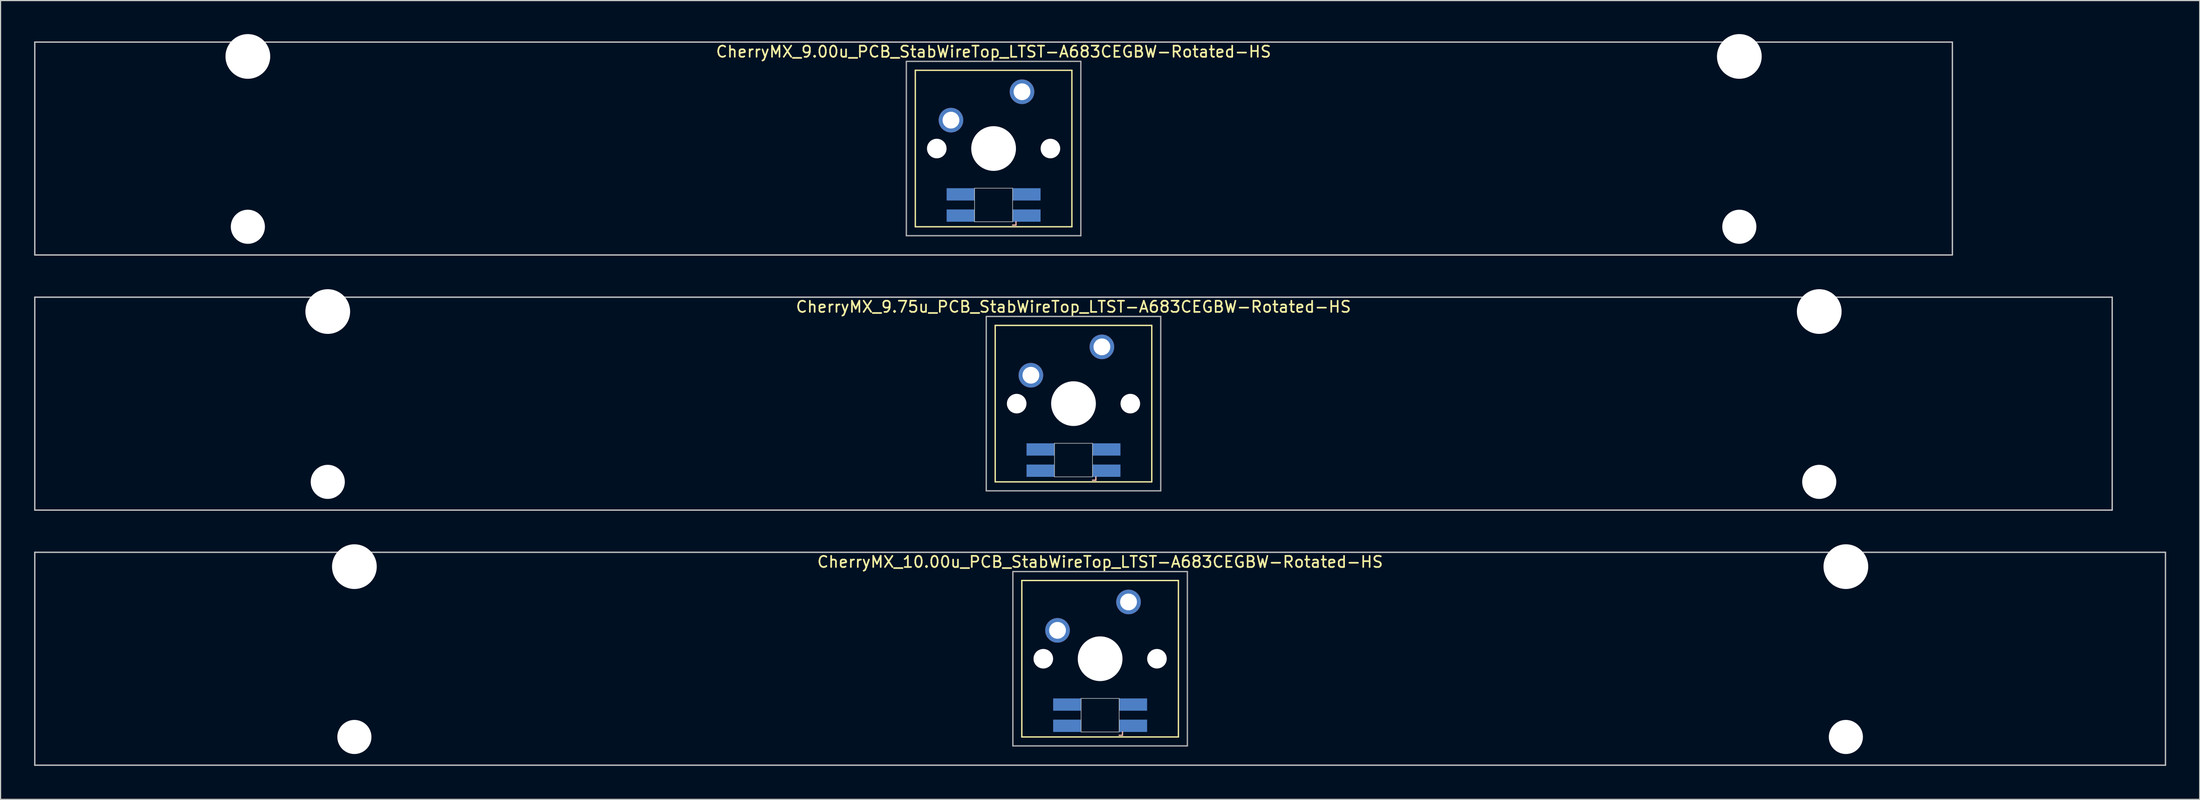
<source format=kicad_pcb>
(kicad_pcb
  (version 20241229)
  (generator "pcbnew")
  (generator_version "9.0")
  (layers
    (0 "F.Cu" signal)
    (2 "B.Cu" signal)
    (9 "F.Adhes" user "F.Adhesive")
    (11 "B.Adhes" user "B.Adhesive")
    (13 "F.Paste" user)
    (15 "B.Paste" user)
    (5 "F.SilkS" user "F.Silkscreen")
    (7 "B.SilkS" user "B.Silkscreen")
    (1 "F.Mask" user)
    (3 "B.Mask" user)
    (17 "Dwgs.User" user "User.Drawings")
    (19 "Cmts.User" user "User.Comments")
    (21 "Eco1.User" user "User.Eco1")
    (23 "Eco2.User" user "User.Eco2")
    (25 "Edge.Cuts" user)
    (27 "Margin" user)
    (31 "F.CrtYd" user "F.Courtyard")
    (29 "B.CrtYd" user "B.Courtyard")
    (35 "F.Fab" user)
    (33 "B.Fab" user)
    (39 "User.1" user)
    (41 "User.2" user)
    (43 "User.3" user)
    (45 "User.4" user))
  (footprint "CherryMX_10.00u_PCB_StabWireTop_LTST-A683CEGBW-Rotated-HS"
    (layer "F.Cu")
    (at 95.31 55.89)
    (property "Reference" "CherryMX_10.00u_PCB_StabWireTop_LTST-A683CEGBW-Rotated-HS" (at 0 -8.662 0) (layer "F.SilkS") (effects (font (size 1 1) (thickness 0.15))))
    (attr through_hole)
    (fp_line (start -7 -7) (end -7 7) (stroke (width 0.12) (type solid)) (layer "F.SilkS"))
    (fp_line (start -7 -7) (end 7 -7) (stroke (width 0.12) (type solid)) (layer "F.SilkS"))
    (fp_line (start 7 -7) (end 7 7) (stroke (width 0.12) (type solid)) (layer "F.SilkS"))
    (fp_line (start 7 7) (end -7 7) (stroke (width 0.12) (type solid)) (layer "F.SilkS"))
    (fp_line (start 1.7 6.85) (end 2 6.85) (stroke (width 0.12) (type solid)) (layer "B.SilkS"))
    (fp_line (start 2 6.85) (end 2 6.55) (stroke (width 0.12) (type solid)) (layer "B.SilkS"))
    (fp_line (start -95.25 -9.525) (end 95.25 -9.525) (stroke (width 0.12) (type solid)) (layer "Dwgs.User"))
    (fp_line (start -95.25 9.525) (end -95.25 -9.525) (stroke (width 0.12) (type solid)) (layer "Dwgs.User"))
    (fp_line (start 95.25 -9.525) (end 95.25 9.525) (stroke (width 0.12) (type solid)) (layer "Dwgs.User"))
    (fp_line (start 95.25 9.525) (end -95.25 9.525) (stroke (width 0.12) (type solid)) (layer "Dwgs.User"))
    (fp_line (start -1.7 3.55) (end 1.7 3.55) (stroke (width 0.05) (type solid)) (layer "Edge.Cuts"))
    (fp_line (start -1.7 6.55) (end -1.7 3.55) (stroke (width 0.05) (type solid)) (layer "Edge.Cuts"))
    (fp_line (start 1.7 3.55) (end 1.7 6.55) (stroke (width 0.05) (type solid)) (layer "Edge.Cuts"))
    (fp_line (start 1.7 6.55) (end -1.7 6.55) (stroke (width 0.05) (type solid)) (layer "Edge.Cuts"))
    (fp_line (start -7.8 -7.8) (end -7.8 7.8) (stroke (width 0.12) (type solid)) (layer "F.Fab"))
    (fp_line (start -7.8 -7.8) (end 7.8 -7.8) (stroke (width 0.12) (type solid)) (layer "F.Fab"))
    (fp_line (start -7.8 7.8) (end 7.8 7.8) (stroke (width 0.12) (type solid)) (layer "F.Fab"))
    (fp_line (start 7.8 -7.8) (end 7.8 7.8) (stroke (width 0.12) (type solid)) (layer "F.Fab"))
    (pad "" np_thru_hole circle (at -66.675 -8.24) (size 4 4) (drill 4) (layers "*.Cu" "*.Mask"))
    (pad "" np_thru_hole circle (at -66.675 7) (size 3.05 3.05) (drill 3.05) (layers "*.Cu" "*.Mask"))
    (pad "" np_thru_hole circle (at -5.08 0) (size 1.75 1.75) (drill 1.75) (layers "*.Cu" "*.Mask"))
    (pad "" np_thru_hole circle (at 0 0) (size 4 4) (drill 4) (layers "*.Cu" "*.Mask"))
    (pad "" np_thru_hole circle (at 5.08 0) (size 1.75 1.75) (drill 1.75) (layers "*.Cu" "*.Mask"))
    (pad "" np_thru_hole circle (at 66.675 -8.24) (size 4 4) (drill 4) (layers "*.Cu" "*.Mask"))
    (pad "" np_thru_hole circle (at 66.675 7) (size 3.05 3.05) (drill 3.05) (layers "*.Cu" "*.Mask"))
    (pad "1" thru_hole circle (at -3.81 -2.54) (size 2.2 2.2) (drill 1.5) (layers "*.Cu" "*.Mask"))
    (pad "2" thru_hole circle (at 2.54 -5.08) (size 2.2 2.2) (drill 1.5) (layers "*.Cu" "*.Mask"))
    (pad "3" smd rect (at 2.95 6) (size 2.5 1.1) (layers "B.Cu" "B.Mask" "B.Paste"))
    (pad "4" smd rect (at 2.95 4.1) (size 2.5 1.1) (layers "B.Cu" "B.Mask" "B.Paste"))
    (pad "5" smd rect (at -2.95 6) (size 2.5 1.1) (layers "B.Cu" "B.Mask" "B.Paste"))
    (pad "6" smd rect (at -2.95 4.1) (size 2.5 1.1) (layers "B.Cu" "B.Mask" "B.Paste")))
  (footprint "CherryMX_9.75u_PCB_StabWireTop_LTST-A683CEGBW-Rotated-HS"
    (layer "F.Cu")
    (at 92.929 33.065)
    (property "Reference" "CherryMX_9.75u_PCB_StabWireTop_LTST-A683CEGBW-Rotated-HS" (at 0 -8.662 0) (layer "F.SilkS") (effects (font (size 1 1) (thickness 0.15))))
    (attr through_hole)
    (fp_line (start -7 -7) (end -7 7) (stroke (width 0.12) (type solid)) (layer "F.SilkS"))
    (fp_line (start -7 -7) (end 7 -7) (stroke (width 0.12) (type solid)) (layer "F.SilkS"))
    (fp_line (start 7 -7) (end 7 7) (stroke (width 0.12) (type solid)) (layer "F.SilkS"))
    (fp_line (start 7 7) (end -7 7) (stroke (width 0.12) (type solid)) (layer "F.SilkS"))
    (fp_line (start 1.7 6.85) (end 2 6.85) (stroke (width 0.12) (type solid)) (layer "B.SilkS"))
    (fp_line (start 2 6.85) (end 2 6.55) (stroke (width 0.12) (type solid)) (layer "B.SilkS"))
    (fp_line (start -92.869 -9.525) (end 92.869 -9.525) (stroke (width 0.12) (type solid)) (layer "Dwgs.User"))
    (fp_line (start -92.869 9.525) (end -92.869 -9.525) (stroke (width 0.12) (type solid)) (layer "Dwgs.User"))
    (fp_line (start 92.869 -9.525) (end 92.869 9.525) (stroke (width 0.12) (type solid)) (layer "Dwgs.User"))
    (fp_line (start 92.869 9.525) (end -92.869 9.525) (stroke (width 0.12) (type solid)) (layer "Dwgs.User"))
    (fp_line (start -1.7 3.55) (end 1.7 3.55) (stroke (width 0.05) (type solid)) (layer "Edge.Cuts"))
    (fp_line (start -1.7 6.55) (end -1.7 3.55) (stroke (width 0.05) (type solid)) (layer "Edge.Cuts"))
    (fp_line (start 1.7 3.55) (end 1.7 6.55) (stroke (width 0.05) (type solid)) (layer "Edge.Cuts"))
    (fp_line (start 1.7 6.55) (end -1.7 6.55) (stroke (width 0.05) (type solid)) (layer "Edge.Cuts"))
    (fp_line (start -7.8 -7.8) (end -7.8 7.8) (stroke (width 0.12) (type solid)) (layer "F.Fab"))
    (fp_line (start -7.8 -7.8) (end 7.8 -7.8) (stroke (width 0.12) (type solid)) (layer "F.Fab"))
    (fp_line (start -7.8 7.8) (end 7.8 7.8) (stroke (width 0.12) (type solid)) (layer "F.Fab"))
    (fp_line (start 7.8 -7.8) (end 7.8 7.8) (stroke (width 0.12) (type solid)) (layer "F.Fab"))
    (pad "" np_thru_hole circle (at -66.675 -8.24) (size 4 4) (drill 4) (layers "*.Cu" "*.Mask"))
    (pad "" np_thru_hole circle (at -66.675 7) (size 3.05 3.05) (drill 3.05) (layers "*.Cu" "*.Mask"))
    (pad "" np_thru_hole circle (at -5.08 0) (size 1.75 1.75) (drill 1.75) (layers "*.Cu" "*.Mask"))
    (pad "" np_thru_hole circle (at 0 0) (size 4 4) (drill 4) (layers "*.Cu" "*.Mask"))
    (pad "" np_thru_hole circle (at 5.08 0) (size 1.75 1.75) (drill 1.75) (layers "*.Cu" "*.Mask"))
    (pad "" np_thru_hole circle (at 66.675 -8.24) (size 4 4) (drill 4) (layers "*.Cu" "*.Mask"))
    (pad "" np_thru_hole circle (at 66.675 7) (size 3.05 3.05) (drill 3.05) (layers "*.Cu" "*.Mask"))
    (pad "1" thru_hole circle (at -3.81 -2.54) (size 2.2 2.2) (drill 1.5) (layers "*.Cu" "*.Mask"))
    (pad "2" thru_hole circle (at 2.54 -5.08) (size 2.2 2.2) (drill 1.5) (layers "*.Cu" "*.Mask"))
    (pad "3" smd rect (at 2.95 6) (size 2.5 1.1) (layers "B.Cu" "B.Mask" "B.Paste"))
    (pad "4" smd rect (at 2.95 4.1) (size 2.5 1.1) (layers "B.Cu" "B.Mask" "B.Paste"))
    (pad "5" smd rect (at -2.95 6) (size 2.5 1.1) (layers "B.Cu" "B.Mask" "B.Paste"))
    (pad "6" smd rect (at -2.95 4.1) (size 2.5 1.1) (layers "B.Cu" "B.Mask" "B.Paste")))
  (footprint "CherryMX_9.00u_PCB_StabWireTop_LTST-A683CEGBW-Rotated-HS"
    (layer "F.Cu")
    (at 85.785 10.24)
    (property "Reference" "CherryMX_9.00u_PCB_StabWireTop_LTST-A683CEGBW-Rotated-HS" (at 0 -8.662 0) (layer "F.SilkS") (effects (font (size 1 1) (thickness 0.15))))
    (attr through_hole)
    (fp_line (start -7 -7) (end -7 7) (stroke (width 0.12) (type solid)) (layer "F.SilkS"))
    (fp_line (start -7 -7) (end 7 -7) (stroke (width 0.12) (type solid)) (layer "F.SilkS"))
    (fp_line (start 7 -7) (end 7 7) (stroke (width 0.12) (type solid)) (layer "F.SilkS"))
    (fp_line (start 7 7) (end -7 7) (stroke (width 0.12) (type solid)) (layer "F.SilkS"))
    (fp_line (start 1.7 6.85) (end 2 6.85) (stroke (width 0.12) (type solid)) (layer "B.SilkS"))
    (fp_line (start 2 6.85) (end 2 6.55) (stroke (width 0.12) (type solid)) (layer "B.SilkS"))
    (fp_line (start -85.725 -9.525) (end 85.725 -9.525) (stroke (width 0.12) (type solid)) (layer "Dwgs.User"))
    (fp_line (start -85.725 9.525) (end -85.725 -9.525) (stroke (width 0.12) (type solid)) (layer "Dwgs.User"))
    (fp_line (start 85.725 -9.525) (end 85.725 9.525) (stroke (width 0.12) (type solid)) (layer "Dwgs.User"))
    (fp_line (start 85.725 9.525) (end -85.725 9.525) (stroke (width 0.12) (type solid)) (layer "Dwgs.User"))
    (fp_line (start -1.7 3.55) (end 1.7 3.55) (stroke (width 0.05) (type solid)) (layer "Edge.Cuts"))
    (fp_line (start -1.7 6.55) (end -1.7 3.55) (stroke (width 0.05) (type solid)) (layer "Edge.Cuts"))
    (fp_line (start 1.7 3.55) (end 1.7 6.55) (stroke (width 0.05) (type solid)) (layer "Edge.Cuts"))
    (fp_line (start 1.7 6.55) (end -1.7 6.55) (stroke (width 0.05) (type solid)) (layer "Edge.Cuts"))
    (fp_line (start -7.8 -7.8) (end -7.8 7.8) (stroke (width 0.12) (type solid)) (layer "F.Fab"))
    (fp_line (start -7.8 -7.8) (end 7.8 -7.8) (stroke (width 0.12) (type solid)) (layer "F.Fab"))
    (fp_line (start -7.8 7.8) (end 7.8 7.8) (stroke (width 0.12) (type solid)) (layer "F.Fab"))
    (fp_line (start 7.8 -7.8) (end 7.8 7.8) (stroke (width 0.12) (type solid)) (layer "F.Fab"))
    (pad "" np_thru_hole circle (at -66.675 -8.24) (size 4 4) (drill 4) (layers "*.Cu" "*.Mask"))
    (pad "" np_thru_hole circle (at -66.675 7) (size 3.05 3.05) (drill 3.05) (layers "*.Cu" "*.Mask"))
    (pad "" np_thru_hole circle (at -5.08 0) (size 1.75 1.75) (drill 1.75) (layers "*.Cu" "*.Mask"))
    (pad "" np_thru_hole circle (at 0 0) (size 4 4) (drill 4) (layers "*.Cu" "*.Mask"))
    (pad "" np_thru_hole circle (at 5.08 0) (size 1.75 1.75) (drill 1.75) (layers "*.Cu" "*.Mask"))
    (pad "" np_thru_hole circle (at 66.675 -8.24) (size 4 4) (drill 4) (layers "*.Cu" "*.Mask"))
    (pad "" np_thru_hole circle (at 66.675 7) (size 3.05 3.05) (drill 3.05) (layers "*.Cu" "*.Mask"))
    (pad "1" thru_hole circle (at -3.81 -2.54) (size 2.2 2.2) (drill 1.5) (layers "*.Cu" "*.Mask"))
    (pad "2" thru_hole circle (at 2.54 -5.08) (size 2.2 2.2) (drill 1.5) (layers "*.Cu" "*.Mask"))
    (pad "3" smd rect (at 2.95 6) (size 2.5 1.1) (layers "B.Cu" "B.Mask" "B.Paste"))
    (pad "4" smd rect (at 2.95 4.1) (size 2.5 1.1) (layers "B.Cu" "B.Mask" "B.Paste"))
    (pad "5" smd rect (at -2.95 6) (size 2.5 1.1) (layers "B.Cu" "B.Mask" "B.Paste"))
    (pad "6" smd rect (at -2.95 4.1) (size 2.5 1.1) (layers "B.Cu" "B.Mask" "B.Paste")))
  (gr_rect
    (start -3 -3)
    (end 193.62 68.475)
    (stroke (width 0.1) (type default))
    (fill no)
    (layer "Edge.Cuts")))
</source>
